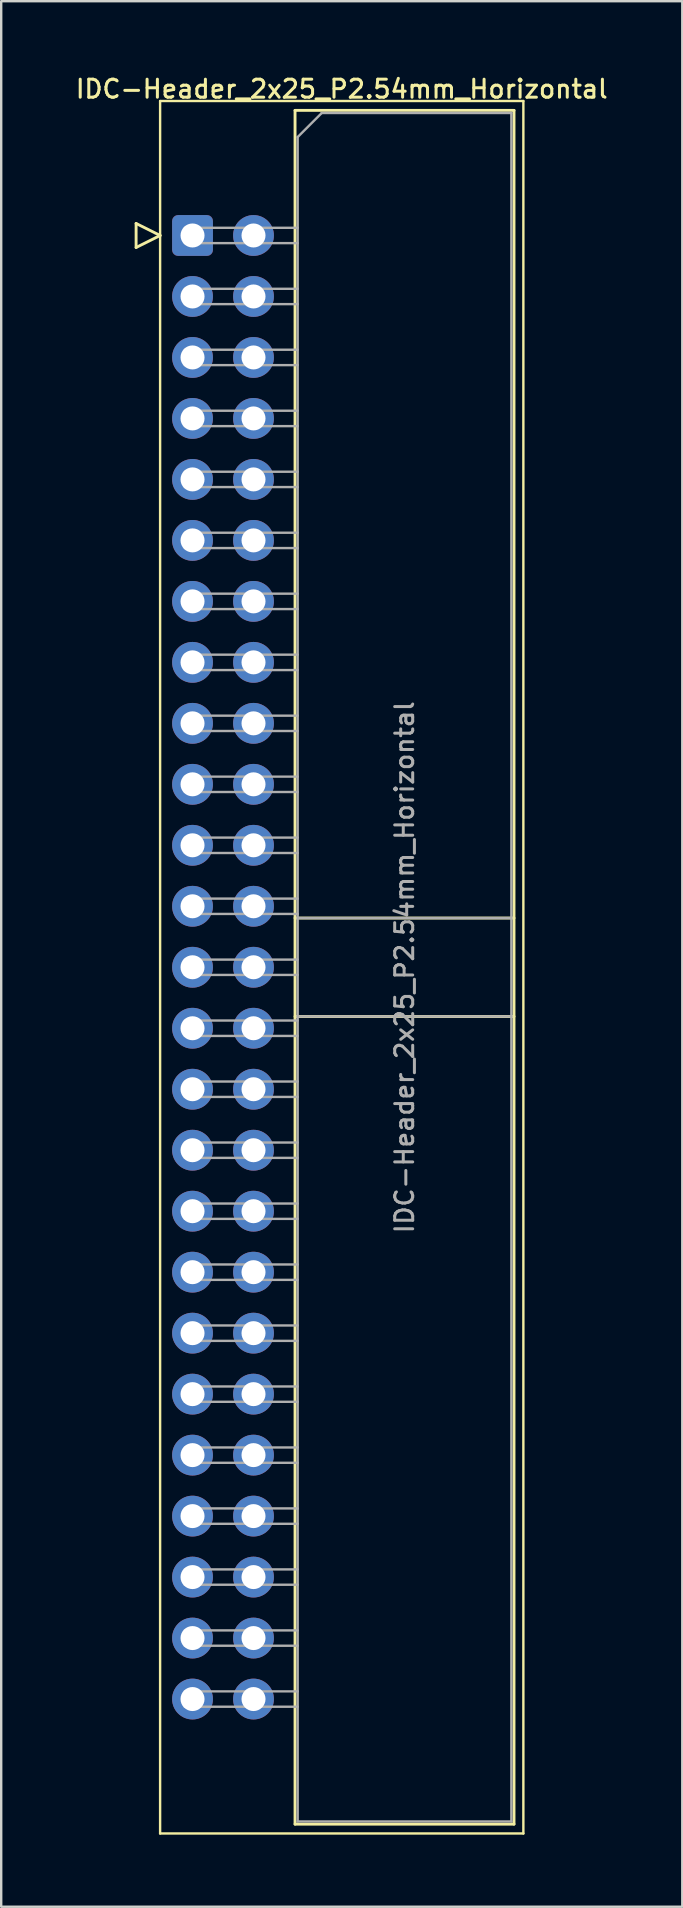
<source format=kicad_pcb>
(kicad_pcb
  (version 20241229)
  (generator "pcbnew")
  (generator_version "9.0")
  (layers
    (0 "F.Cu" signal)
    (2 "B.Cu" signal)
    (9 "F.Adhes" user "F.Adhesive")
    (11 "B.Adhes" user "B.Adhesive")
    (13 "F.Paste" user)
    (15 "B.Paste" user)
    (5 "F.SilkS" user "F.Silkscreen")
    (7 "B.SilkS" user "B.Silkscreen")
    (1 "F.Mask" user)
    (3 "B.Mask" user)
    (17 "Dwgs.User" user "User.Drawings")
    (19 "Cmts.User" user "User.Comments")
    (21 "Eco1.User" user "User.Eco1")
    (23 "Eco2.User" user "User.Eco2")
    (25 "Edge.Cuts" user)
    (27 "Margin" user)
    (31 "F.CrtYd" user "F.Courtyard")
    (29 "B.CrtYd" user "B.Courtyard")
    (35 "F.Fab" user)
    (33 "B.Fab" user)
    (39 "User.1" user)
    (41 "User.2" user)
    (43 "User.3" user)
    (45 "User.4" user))
  (footprint "IDC-Header_2x25_P2.54mm_Horizontal"
    (layer "F.Cu")
    (at 4.969 6.758)
    (property "Reference" "IDC-Header_2x25_P2.54mm_Horizontal" (at 6.215 -6.1 0) (layer "F.SilkS") (effects (font (size 0.75 0.75) (thickness 0.125))))
    (attr through_hole)
    (fp_line (start -2.35 -0.5) (end -2.35 0.5) (stroke (width 0.12) (type solid)) (layer "F.SilkS"))
    (fp_line (start -2.35 0.5) (end -1.35 0) (stroke (width 0.12) (type solid)) (layer "F.SilkS"))
    (fp_line (start -1.35 -5.6) (end -1.35 66.56) (stroke (width 0.1) (type solid)) (layer "F.SilkS"))
    (fp_line (start -1.35 0) (end -2.35 -0.5) (stroke (width 0.12) (type solid)) (layer "F.SilkS"))
    (fp_line (start -1.35 66.56) (end 13.78 66.56) (stroke (width 0.1) (type solid)) (layer "F.SilkS"))
    (fp_line (start 4.27 -5.21) (end 13.39 -5.21) (stroke (width 0.12) (type solid)) (layer "F.SilkS"))
    (fp_line (start 4.27 28.43) (end 13.39 28.43) (stroke (width 0.12) (type solid)) (layer "F.SilkS"))
    (fp_line (start 4.27 32.53) (end 13.39 32.53) (stroke (width 0.12) (type solid)) (layer "F.SilkS"))
    (fp_line (start 4.27 66.17) (end 4.27 -5.21) (stroke (width 0.12) (type solid)) (layer "F.SilkS"))
    (fp_line (start 13.39 -5.21) (end 13.39 66.17) (stroke (width 0.12) (type solid)) (layer "F.SilkS"))
    (fp_line (start 13.39 66.17) (end 4.27 66.17) (stroke (width 0.12) (type solid)) (layer "F.SilkS"))
    (fp_line (start 13.78 -5.6) (end -1.35 -5.6) (stroke (width 0.1) (type solid)) (layer "F.SilkS"))
    (fp_line (start 13.78 66.56) (end 13.78 -5.6) (stroke (width 0.1) (type solid)) (layer "F.SilkS"))
    (fp_line (start -0.32 -0.32) (end -0.32 0.32) (stroke (width 0.1) (type solid)) (layer "F.Fab"))
    (fp_line (start -0.32 0.32) (end 4.38 0.32) (stroke (width 0.1) (type solid)) (layer "F.Fab"))
    (fp_line (start -0.32 2.22) (end -0.32 2.86) (stroke (width 0.1) (type solid)) (layer "F.Fab"))
    (fp_line (start -0.32 2.86) (end 4.38 2.86) (stroke (width 0.1) (type solid)) (layer "F.Fab"))
    (fp_line (start -0.32 4.76) (end -0.32 5.4) (stroke (width 0.1) (type solid)) (layer "F.Fab"))
    (fp_line (start -0.32 5.4) (end 4.38 5.4) (stroke (width 0.1) (type solid)) (layer "F.Fab"))
    (fp_line (start -0.32 7.3) (end -0.32 7.94) (stroke (width 0.1) (type solid)) (layer "F.Fab"))
    (fp_line (start -0.32 7.94) (end 4.38 7.94) (stroke (width 0.1) (type solid)) (layer "F.Fab"))
    (fp_line (start -0.32 9.84) (end -0.32 10.48) (stroke (width 0.1) (type solid)) (layer "F.Fab"))
    (fp_line (start -0.32 10.48) (end 4.38 10.48) (stroke (width 0.1) (type solid)) (layer "F.Fab"))
    (fp_line (start -0.32 12.38) (end -0.32 13.02) (stroke (width 0.1) (type solid)) (layer "F.Fab"))
    (fp_line (start -0.32 13.02) (end 4.38 13.02) (stroke (width 0.1) (type solid)) (layer "F.Fab"))
    (fp_line (start -0.32 14.92) (end -0.32 15.56) (stroke (width 0.1) (type solid)) (layer "F.Fab"))
    (fp_line (start -0.32 15.56) (end 4.38 15.56) (stroke (width 0.1) (type solid)) (layer "F.Fab"))
    (fp_line (start -0.32 17.46) (end -0.32 18.1) (stroke (width 0.1) (type solid)) (layer "F.Fab"))
    (fp_line (start -0.32 18.1) (end 4.38 18.1) (stroke (width 0.1) (type solid)) (layer "F.Fab"))
    (fp_line (start -0.32 20) (end -0.32 20.64) (stroke (width 0.1) (type solid)) (layer "F.Fab"))
    (fp_line (start -0.32 20.64) (end 4.38 20.64) (stroke (width 0.1) (type solid)) (layer "F.Fab"))
    (fp_line (start -0.32 22.54) (end -0.32 23.18) (stroke (width 0.1) (type solid)) (layer "F.Fab"))
    (fp_line (start -0.32 23.18) (end 4.38 23.18) (stroke (width 0.1) (type solid)) (layer "F.Fab"))
    (fp_line (start -0.32 25.08) (end -0.32 25.72) (stroke (width 0.1) (type solid)) (layer "F.Fab"))
    (fp_line (start -0.32 25.72) (end 4.38 25.72) (stroke (width 0.1) (type solid)) (layer "F.Fab"))
    (fp_line (start -0.32 27.62) (end -0.32 28.26) (stroke (width 0.1) (type solid)) (layer "F.Fab"))
    (fp_line (start -0.32 28.26) (end 4.38 28.26) (stroke (width 0.1) (type solid)) (layer "F.Fab"))
    (fp_line (start -0.32 30.16) (end -0.32 30.8) (stroke (width 0.1) (type solid)) (layer "F.Fab"))
    (fp_line (start -0.32 30.8) (end 4.38 30.8) (stroke (width 0.1) (type solid)) (layer "F.Fab"))
    (fp_line (start -0.32 32.7) (end -0.32 33.34) (stroke (width 0.1) (type solid)) (layer "F.Fab"))
    (fp_line (start -0.32 33.34) (end 4.38 33.34) (stroke (width 0.1) (type solid)) (layer "F.Fab"))
    (fp_line (start -0.32 35.24) (end -0.32 35.88) (stroke (width 0.1) (type solid)) (layer "F.Fab"))
    (fp_line (start -0.32 35.88) (end 4.38 35.88) (stroke (width 0.1) (type solid)) (layer "F.Fab"))
    (fp_line (start -0.32 37.78) (end -0.32 38.42) (stroke (width 0.1) (type solid)) (layer "F.Fab"))
    (fp_line (start -0.32 38.42) (end 4.38 38.42) (stroke (width 0.1) (type solid)) (layer "F.Fab"))
    (fp_line (start -0.32 40.32) (end -0.32 40.96) (stroke (width 0.1) (type solid)) (layer "F.Fab"))
    (fp_line (start -0.32 40.96) (end 4.38 40.96) (stroke (width 0.1) (type solid)) (layer "F.Fab"))
    (fp_line (start -0.32 42.86) (end -0.32 43.5) (stroke (width 0.1) (type solid)) (layer "F.Fab"))
    (fp_line (start -0.32 43.5) (end 4.38 43.5) (stroke (width 0.1) (type solid)) (layer "F.Fab"))
    (fp_line (start -0.32 45.4) (end -0.32 46.04) (stroke (width 0.1) (type solid)) (layer "F.Fab"))
    (fp_line (start -0.32 46.04) (end 4.38 46.04) (stroke (width 0.1) (type solid)) (layer "F.Fab"))
    (fp_line (start -0.32 47.94) (end -0.32 48.58) (stroke (width 0.1) (type solid)) (layer "F.Fab"))
    (fp_line (start -0.32 48.58) (end 4.38 48.58) (stroke (width 0.1) (type solid)) (layer "F.Fab"))
    (fp_line (start -0.32 50.48) (end -0.32 51.12) (stroke (width 0.1) (type solid)) (layer "F.Fab"))
    (fp_line (start -0.32 51.12) (end 4.38 51.12) (stroke (width 0.1) (type solid)) (layer "F.Fab"))
    (fp_line (start -0.32 53.02) (end -0.32 53.66) (stroke (width 0.1) (type solid)) (layer "F.Fab"))
    (fp_line (start -0.32 53.66) (end 4.38 53.66) (stroke (width 0.1) (type solid)) (layer "F.Fab"))
    (fp_line (start -0.32 55.56) (end -0.32 56.2) (stroke (width 0.1) (type solid)) (layer "F.Fab"))
    (fp_line (start -0.32 56.2) (end 4.38 56.2) (stroke (width 0.1) (type solid)) (layer "F.Fab"))
    (fp_line (start -0.32 58.1) (end -0.32 58.74) (stroke (width 0.1) (type solid)) (layer "F.Fab"))
    (fp_line (start -0.32 58.74) (end 4.38 58.74) (stroke (width 0.1) (type solid)) (layer "F.Fab"))
    (fp_line (start -0.32 60.64) (end -0.32 61.28) (stroke (width 0.1) (type solid)) (layer "F.Fab"))
    (fp_line (start -0.32 61.28) (end 4.38 61.28) (stroke (width 0.1) (type solid)) (layer "F.Fab"))
    (fp_line (start 4.38 -4.1) (end 5.38 -5.1) (stroke (width 0.1) (type solid)) (layer "F.Fab"))
    (fp_line (start 4.38 -0.32) (end -0.32 -0.32) (stroke (width 0.1) (type solid)) (layer "F.Fab"))
    (fp_line (start 4.38 2.22) (end -0.32 2.22) (stroke (width 0.1) (type solid)) (layer "F.Fab"))
    (fp_line (start 4.38 4.76) (end -0.32 4.76) (stroke (width 0.1) (type solid)) (layer "F.Fab"))
    (fp_line (start 4.38 7.3) (end -0.32 7.3) (stroke (width 0.1) (type solid)) (layer "F.Fab"))
    (fp_line (start 4.38 9.84) (end -0.32 9.84) (stroke (width 0.1) (type solid)) (layer "F.Fab"))
    (fp_line (start 4.38 12.38) (end -0.32 12.38) (stroke (width 0.1) (type solid)) (layer "F.Fab"))
    (fp_line (start 4.38 14.92) (end -0.32 14.92) (stroke (width 0.1) (type solid)) (layer "F.Fab"))
    (fp_line (start 4.38 17.46) (end -0.32 17.46) (stroke (width 0.1) (type solid)) (layer "F.Fab"))
    (fp_line (start 4.38 20) (end -0.32 20) (stroke (width 0.1) (type solid)) (layer "F.Fab"))
    (fp_line (start 4.38 22.54) (end -0.32 22.54) (stroke (width 0.1) (type solid)) (layer "F.Fab"))
    (fp_line (start 4.38 25.08) (end -0.32 25.08) (stroke (width 0.1) (type solid)) (layer "F.Fab"))
    (fp_line (start 4.38 27.62) (end -0.32 27.62) (stroke (width 0.1) (type solid)) (layer "F.Fab"))
    (fp_line (start 4.38 28.43) (end 13.28 28.43) (stroke (width 0.1) (type solid)) (layer "F.Fab"))
    (fp_line (start 4.38 30.16) (end -0.32 30.16) (stroke (width 0.1) (type solid)) (layer "F.Fab"))
    (fp_line (start 4.38 32.53) (end 13.28 32.53) (stroke (width 0.1) (type solid)) (layer "F.Fab"))
    (fp_line (start 4.38 32.7) (end -0.32 32.7) (stroke (width 0.1) (type solid)) (layer "F.Fab"))
    (fp_line (start 4.38 35.24) (end -0.32 35.24) (stroke (width 0.1) (type solid)) (layer "F.Fab"))
    (fp_line (start 4.38 37.78) (end -0.32 37.78) (stroke (width 0.1) (type solid)) (layer "F.Fab"))
    (fp_line (start 4.38 40.32) (end -0.32 40.32) (stroke (width 0.1) (type solid)) (layer "F.Fab"))
    (fp_line (start 4.38 42.86) (end -0.32 42.86) (stroke (width 0.1) (type solid)) (layer "F.Fab"))
    (fp_line (start 4.38 45.4) (end -0.32 45.4) (stroke (width 0.1) (type solid)) (layer "F.Fab"))
    (fp_line (start 4.38 47.94) (end -0.32 47.94) (stroke (width 0.1) (type solid)) (layer "F.Fab"))
    (fp_line (start 4.38 50.48) (end -0.32 50.48) (stroke (width 0.1) (type solid)) (layer "F.Fab"))
    (fp_line (start 4.38 53.02) (end -0.32 53.02) (stroke (width 0.1) (type solid)) (layer "F.Fab"))
    (fp_line (start 4.38 55.56) (end -0.32 55.56) (stroke (width 0.1) (type solid)) (layer "F.Fab"))
    (fp_line (start 4.38 58.1) (end -0.32 58.1) (stroke (width 0.1) (type solid)) (layer "F.Fab"))
    (fp_line (start 4.38 60.64) (end -0.32 60.64) (stroke (width 0.1) (type solid)) (layer "F.Fab"))
    (fp_line (start 4.38 66.06) (end 4.38 -4.1) (stroke (width 0.1) (type solid)) (layer "F.Fab"))
    (fp_line (start 5.38 -5.1) (end 13.28 -5.1) (stroke (width 0.1) (type solid)) (layer "F.Fab"))
    (fp_line (start 13.28 -5.1) (end 13.28 66.06) (stroke (width 0.1) (type solid)) (layer "F.Fab"))
    (fp_line (start 13.28 66.06) (end 4.38 66.06) (stroke (width 0.1) (type solid)) (layer "F.Fab"))
    (fp_text user "${REFERENCE}" (at 8.83 30.48 90) (layer "F.Fab") (effects (font (size 0.75 0.75) (thickness 0.125))))
    (pad "1" thru_hole roundrect (at 0 0) (size 1.7 1.7) (drill 1) (layers "*.Cu" "*.Mask") (roundrect_rratio 0.147))
    (pad "2" thru_hole circle (at 2.54 0) (size 1.7 1.7) (drill 1) (layers "*.Cu" "*.Mask"))
    (pad "3" thru_hole circle (at 0 2.54) (size 1.7 1.7) (drill 1) (layers "*.Cu" "*.Mask"))
    (pad "4" thru_hole circle (at 2.54 2.54) (size 1.7 1.7) (drill 1) (layers "*.Cu" "*.Mask"))
    (pad "5" thru_hole circle (at 0 5.08) (size 1.7 1.7) (drill 1) (layers "*.Cu" "*.Mask"))
    (pad "6" thru_hole circle (at 2.54 5.08) (size 1.7 1.7) (drill 1) (layers "*.Cu" "*.Mask"))
    (pad "7" thru_hole circle (at 0 7.62) (size 1.7 1.7) (drill 1) (layers "*.Cu" "*.Mask"))
    (pad "8" thru_hole circle (at 2.54 7.62) (size 1.7 1.7) (drill 1) (layers "*.Cu" "*.Mask"))
    (pad "9" thru_hole circle (at 0 10.16) (size 1.7 1.7) (drill 1) (layers "*.Cu" "*.Mask"))
    (pad "10" thru_hole circle (at 2.54 10.16) (size 1.7 1.7) (drill 1) (layers "*.Cu" "*.Mask"))
    (pad "11" thru_hole circle (at 0 12.7) (size 1.7 1.7) (drill 1) (layers "*.Cu" "*.Mask"))
    (pad "12" thru_hole circle (at 2.54 12.7) (size 1.7 1.7) (drill 1) (layers "*.Cu" "*.Mask"))
    (pad "13" thru_hole circle (at 0 15.24) (size 1.7 1.7) (drill 1) (layers "*.Cu" "*.Mask"))
    (pad "14" thru_hole circle (at 2.54 15.24) (size 1.7 1.7) (drill 1) (layers "*.Cu" "*.Mask"))
    (pad "15" thru_hole circle (at 0 17.78) (size 1.7 1.7) (drill 1) (layers "*.Cu" "*.Mask"))
    (pad "16" thru_hole circle (at 2.54 17.78) (size 1.7 1.7) (drill 1) (layers "*.Cu" "*.Mask"))
    (pad "17" thru_hole circle (at 0 20.32) (size 1.7 1.7) (drill 1) (layers "*.Cu" "*.Mask"))
    (pad "18" thru_hole circle (at 2.54 20.32) (size 1.7 1.7) (drill 1) (layers "*.Cu" "*.Mask"))
    (pad "19" thru_hole circle (at 0 22.86) (size 1.7 1.7) (drill 1) (layers "*.Cu" "*.Mask"))
    (pad "20" thru_hole circle (at 2.54 22.86) (size 1.7 1.7) (drill 1) (layers "*.Cu" "*.Mask"))
    (pad "21" thru_hole circle (at 0 25.4) (size 1.7 1.7) (drill 1) (layers "*.Cu" "*.Mask"))
    (pad "22" thru_hole circle (at 2.54 25.4) (size 1.7 1.7) (drill 1) (layers "*.Cu" "*.Mask"))
    (pad "23" thru_hole circle (at 0 27.94) (size 1.7 1.7) (drill 1) (layers "*.Cu" "*.Mask"))
    (pad "24" thru_hole circle (at 2.54 27.94) (size 1.7 1.7) (drill 1) (layers "*.Cu" "*.Mask"))
    (pad "25" thru_hole circle (at 0 30.48) (size 1.7 1.7) (drill 1) (layers "*.Cu" "*.Mask"))
    (pad "26" thru_hole circle (at 2.54 30.48) (size 1.7 1.7) (drill 1) (layers "*.Cu" "*.Mask"))
    (pad "27" thru_hole circle (at 0 33.02) (size 1.7 1.7) (drill 1) (layers "*.Cu" "*.Mask"))
    (pad "28" thru_hole circle (at 2.54 33.02) (size 1.7 1.7) (drill 1) (layers "*.Cu" "*.Mask"))
    (pad "29" thru_hole circle (at 0 35.56) (size 1.7 1.7) (drill 1) (layers "*.Cu" "*.Mask"))
    (pad "30" thru_hole circle (at 2.54 35.56) (size 1.7 1.7) (drill 1) (layers "*.Cu" "*.Mask"))
    (pad "31" thru_hole circle (at 0 38.1) (size 1.7 1.7) (drill 1) (layers "*.Cu" "*.Mask"))
    (pad "32" thru_hole circle (at 2.54 38.1) (size 1.7 1.7) (drill 1) (layers "*.Cu" "*.Mask"))
    (pad "33" thru_hole circle (at 0 40.64) (size 1.7 1.7) (drill 1) (layers "*.Cu" "*.Mask"))
    (pad "34" thru_hole circle (at 2.54 40.64) (size 1.7 1.7) (drill 1) (layers "*.Cu" "*.Mask"))
    (pad "35" thru_hole circle (at 0 43.18) (size 1.7 1.7) (drill 1) (layers "*.Cu" "*.Mask"))
    (pad "36" thru_hole circle (at 2.54 43.18) (size 1.7 1.7) (drill 1) (layers "*.Cu" "*.Mask"))
    (pad "37" thru_hole circle (at 0 45.72) (size 1.7 1.7) (drill 1) (layers "*.Cu" "*.Mask"))
    (pad "38" thru_hole circle (at 2.54 45.72) (size 1.7 1.7) (drill 1) (layers "*.Cu" "*.Mask"))
    (pad "39" thru_hole circle (at 0 48.26) (size 1.7 1.7) (drill 1) (layers "*.Cu" "*.Mask"))
    (pad "40" thru_hole circle (at 2.54 48.26) (size 1.7 1.7) (drill 1) (layers "*.Cu" "*.Mask"))
    (pad "41" thru_hole circle (at 0 50.8) (size 1.7 1.7) (drill 1) (layers "*.Cu" "*.Mask"))
    (pad "42" thru_hole circle (at 2.54 50.8) (size 1.7 1.7) (drill 1) (layers "*.Cu" "*.Mask"))
    (pad "43" thru_hole circle (at 0 53.34) (size 1.7 1.7) (drill 1) (layers "*.Cu" "*.Mask"))
    (pad "44" thru_hole circle (at 2.54 53.34) (size 1.7 1.7) (drill 1) (layers "*.Cu" "*.Mask"))
    (pad "45" thru_hole circle (at 0 55.88) (size 1.7 1.7) (drill 1) (layers "*.Cu" "*.Mask"))
    (pad "46" thru_hole circle (at 2.54 55.88) (size 1.7 1.7) (drill 1) (layers "*.Cu" "*.Mask"))
    (pad "47" thru_hole circle (at 0 58.42) (size 1.7 1.7) (drill 1) (layers "*.Cu" "*.Mask"))
    (pad "48" thru_hole circle (at 2.54 58.42) (size 1.7 1.7) (drill 1) (layers "*.Cu" "*.Mask"))
    (pad "49" thru_hole circle (at 0 60.96) (size 1.7 1.7) (drill 1) (layers "*.Cu" "*.Mask"))
    (pad "50" thru_hole circle (at 2.54 60.96) (size 1.7 1.7) (drill 1) (layers "*.Cu" "*.Mask")))
  (gr_rect
    (start -3 -3)
    (end 25.368 76.368)
    (stroke (width 0.1) (type default))
    (fill no)
    (layer "Edge.Cuts")))
</source>
